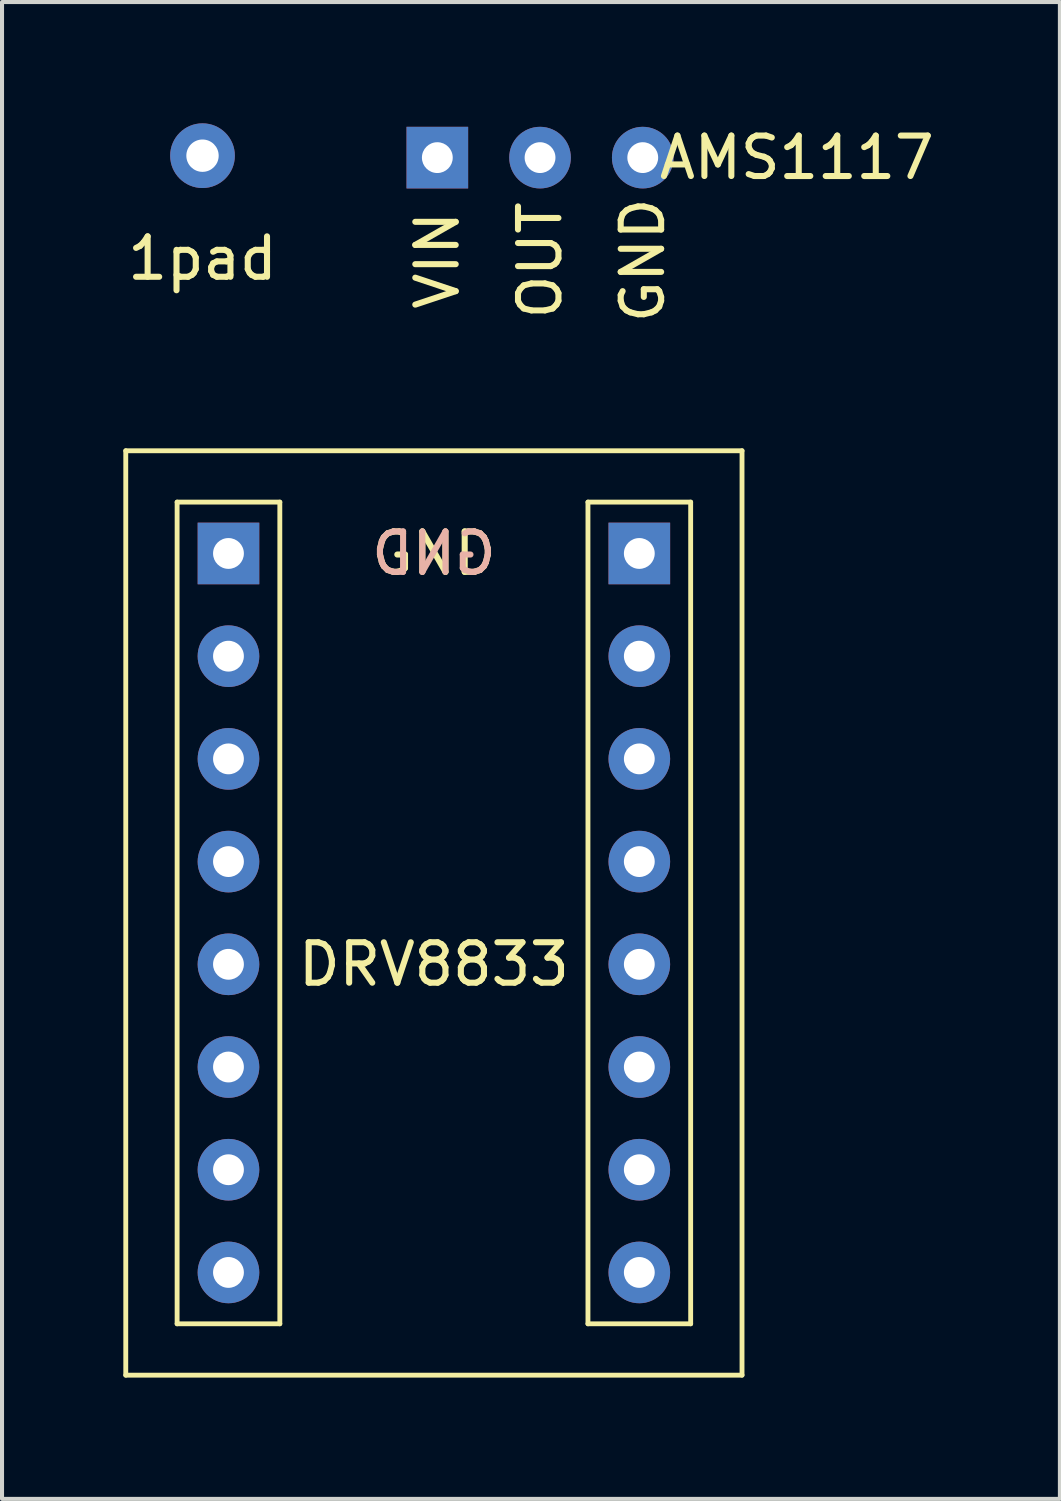
<source format=kicad_pcb>
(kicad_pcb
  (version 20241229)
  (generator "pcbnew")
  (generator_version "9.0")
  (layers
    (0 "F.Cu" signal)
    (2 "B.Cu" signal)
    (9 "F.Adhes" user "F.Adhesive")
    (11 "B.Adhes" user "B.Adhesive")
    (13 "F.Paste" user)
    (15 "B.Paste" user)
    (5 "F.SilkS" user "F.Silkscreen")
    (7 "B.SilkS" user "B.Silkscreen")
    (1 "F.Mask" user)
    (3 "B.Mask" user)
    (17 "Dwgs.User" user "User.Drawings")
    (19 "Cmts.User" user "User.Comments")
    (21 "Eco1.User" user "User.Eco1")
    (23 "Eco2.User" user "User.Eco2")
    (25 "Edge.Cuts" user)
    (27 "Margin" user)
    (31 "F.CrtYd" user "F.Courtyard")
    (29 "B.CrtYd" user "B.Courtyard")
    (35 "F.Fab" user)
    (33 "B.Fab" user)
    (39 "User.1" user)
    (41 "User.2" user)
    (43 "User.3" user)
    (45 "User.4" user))
  (footprint "AMS1117"
    (layer "F.Cu")
    (at 10.305 0.848)
    (property "Reference" "AMS1117" (at 6.35 0 0) (layer "F.SilkS") (effects (font (size 1 1) (thickness 0.15))))
    (attr through_hole)
    (fp_text user "VIN" (at -2.54 2.54 90) (layer "F.SilkS") (effects (font (size 1 1) (thickness 0.15))))
    (fp_text user "OUT" (at 0 2.54 90) (layer "F.SilkS") (effects (font (size 1 1) (thickness 0.15))))
    (fp_text user "GND" (at 2.54 2.54 90) (layer "F.SilkS") (effects (font (size 1 1) (thickness 0.15))))
    (pad "1" thru_hole rect (at -2.54 0) (size 1.524 1.524) (drill 0.762) (layers "*.Cu" "*.Mask"))
    (pad "2" thru_hole circle (at 0 0) (size 1.524 1.524) (drill 0.762) (layers "*.Cu" "*.Mask"))
    (pad "3" thru_hole circle (at 2.54 0) (size 1.524 1.524) (drill 0.762) (layers "*.Cu" "*.Mask")))
  (footprint "DRV8833"
    (layer "F.Cu")
    (at 2.6 10.637)
    (property "Reference" "DRV8833" (at 5.08 10.16 0) (layer "F.SilkS") (effects (font (size 1 1) (thickness 0.15))))
    (attr through_hole)
    (fp_line (start -2.54 -2.54) (end 12.7 -2.54) (stroke (width 0.12) (type solid)) (layer "F.SilkS"))
    (fp_line (start -2.54 20.32) (end -2.54 -2.54) (stroke (width 0.12) (type solid)) (layer "F.SilkS"))
    (fp_line (start -1.27 -1.27) (end 1.27 -1.27) (stroke (width 0.12) (type solid)) (layer "F.SilkS"))
    (fp_line (start -1.27 19.05) (end -1.27 -1.27) (stroke (width 0.12) (type solid)) (layer "F.SilkS"))
    (fp_line (start 1.27 -1.27) (end 1.27 19.05) (stroke (width 0.12) (type solid)) (layer "F.SilkS"))
    (fp_line (start 1.27 19.05) (end -1.27 19.05) (stroke (width 0.12) (type solid)) (layer "F.SilkS"))
    (fp_line (start 8.89 -1.27) (end 11.43 -1.27) (stroke (width 0.12) (type solid)) (layer "F.SilkS"))
    (fp_line (start 8.89 19.05) (end 8.89 -1.27) (stroke (width 0.12) (type solid)) (layer "F.SilkS"))
    (fp_line (start 11.43 -1.27) (end 11.43 19.05) (stroke (width 0.12) (type solid)) (layer "F.SilkS"))
    (fp_line (start 11.43 19.05) (end 8.89 19.05) (stroke (width 0.12) (type solid)) (layer "F.SilkS"))
    (fp_line (start 12.7 -2.54) (end 12.7 20.32) (stroke (width 0.12) (type solid)) (layer "F.SilkS"))
    (fp_line (start 12.7 20.32) (end -2.54 20.32) (stroke (width 0.12) (type solid)) (layer "F.SilkS"))
    (fp_text user "GND" (at 5.08 0 0) (layer "F.SilkS") (effects (font (size 1 1) (thickness 0.15))))
    (fp_text user "GND" (at 5.08 0 0) (layer "B.SilkS") (effects (font (size 1 1) (thickness 0.15)) (justify mirror)))
    (pad "1" thru_hole rect (at 0 0) (size 1.524 1.524) (drill 0.762) (layers "*.Cu" "*.Mask"))
    (pad "2" thru_hole circle (at 0 2.54) (size 1.524 1.524) (drill 0.762) (layers "*.Cu" "*.Mask"))
    (pad "3" thru_hole circle (at 0 5.08) (size 1.524 1.524) (drill 0.762) (layers "*.Cu" "*.Mask"))
    (pad "4" thru_hole circle (at 0 7.62) (size 1.524 1.524) (drill 0.762) (layers "*.Cu" "*.Mask"))
    (pad "5" thru_hole circle (at 0 10.16) (size 1.524 1.524) (drill 0.762) (layers "*.Cu" "*.Mask"))
    (pad "6" thru_hole circle (at 0 12.7) (size 1.524 1.524) (drill 0.762) (layers "*.Cu" "*.Mask"))
    (pad "7" thru_hole circle (at 0 15.24) (size 1.524 1.524) (drill 0.762) (layers "*.Cu" "*.Mask"))
    (pad "8" thru_hole circle (at 0 17.78) (size 1.524 1.524) (drill 0.762) (layers "*.Cu" "*.Mask"))
    (pad "9" thru_hole circle (at 10.16 17.78) (size 1.524 1.524) (drill 0.762) (layers "*.Cu" "*.Mask"))
    (pad "10" thru_hole circle (at 10.16 15.24) (size 1.524 1.524) (drill 0.762) (layers "*.Cu" "*.Mask"))
    (pad "11" thru_hole circle (at 10.16 12.7) (size 1.524 1.524) (drill 0.762) (layers "*.Cu" "*.Mask"))
    (pad "12" thru_hole circle (at 10.16 10.16) (size 1.524 1.524) (drill 0.762) (layers "*.Cu" "*.Mask"))
    (pad "13" thru_hole circle (at 10.16 7.62) (size 1.524 1.524) (drill 0.762) (layers "*.Cu" "*.Mask"))
    (pad "14" thru_hole circle (at 10.16 5.08) (size 1.524 1.524) (drill 0.762) (layers "*.Cu" "*.Mask"))
    (pad "15" thru_hole circle (at 10.16 2.54) (size 1.524 1.524) (drill 0.762) (layers "*.Cu" "*.Mask"))
    (pad "16" thru_hole rect (at 10.16 0) (size 1.524 1.524) (drill 0.762) (layers "*.Cu" "*.Mask")))
  (footprint "1pad"
    (layer "F.Cu")
    (at 1.958 0.8)
    (property "Reference" "1pad" (at 0 2.54 0) (layer "F.SilkS") (effects (font (size 1 1) (thickness 0.15))))
    (attr through_hole)
    (pad "1" thru_hole circle (at 0 0) (size 1.6 1.6) (drill 0.8) (layers "*.Cu" "*.Mask")))
  (gr_rect
    (start -3 -3)
    (end 23.161 34.017)
    (stroke (width 0.1) (type default))
    (fill no)
    (layer "Edge.Cuts")))
</source>
